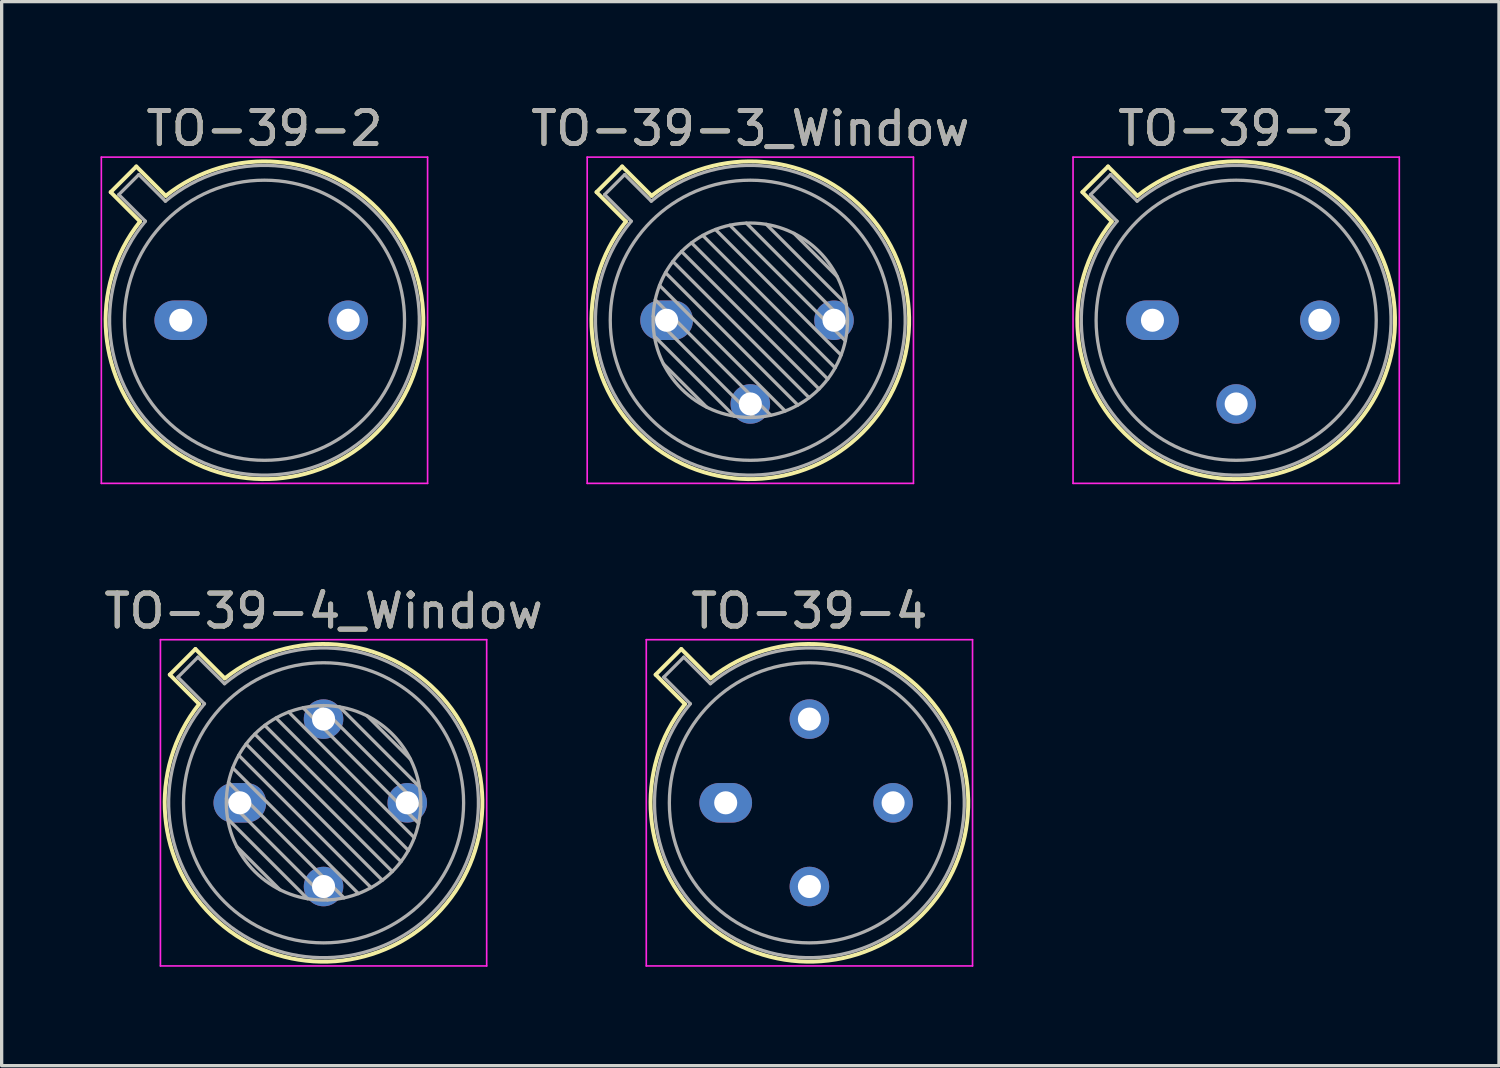
<source format=kicad_pcb>
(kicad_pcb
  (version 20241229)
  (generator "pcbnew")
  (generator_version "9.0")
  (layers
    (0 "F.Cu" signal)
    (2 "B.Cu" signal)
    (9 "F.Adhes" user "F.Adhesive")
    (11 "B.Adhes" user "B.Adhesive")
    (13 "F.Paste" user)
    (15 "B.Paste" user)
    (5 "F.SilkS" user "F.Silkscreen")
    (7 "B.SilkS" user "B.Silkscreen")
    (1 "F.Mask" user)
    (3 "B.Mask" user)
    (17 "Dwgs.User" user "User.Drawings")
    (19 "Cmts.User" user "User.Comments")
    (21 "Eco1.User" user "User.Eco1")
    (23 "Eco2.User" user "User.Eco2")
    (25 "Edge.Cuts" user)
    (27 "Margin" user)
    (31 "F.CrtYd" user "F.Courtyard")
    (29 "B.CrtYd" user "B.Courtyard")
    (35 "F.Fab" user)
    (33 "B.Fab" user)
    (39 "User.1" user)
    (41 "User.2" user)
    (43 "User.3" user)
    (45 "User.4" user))
  (footprint "TO-39-2"
    (layer "F.Cu")
    (at 2.435 6.668)
    (property "Reference" "TO-39-2" (at 2.54 -5.82 0) (layer "F.SilkS") (effects (font (size 1 1) (thickness 0.15))))
    (attr through_hole)
    (fp_line (start -2.126 -3.888) (end -1.235 -2.997) (stroke (width 0.12) (type solid)) (layer "F.SilkS"))
    (fp_line (start -1.348 -4.666) (end -2.126 -3.888) (stroke (width 0.12) (type solid)) (layer "F.SilkS"))
    (fp_line (start -0.457 -3.775) (end -1.348 -4.666) (stroke (width 0.12) (type solid)) (layer "F.SilkS"))
    (fp_arc (start -0.457084 -3.774902) (mid 5.948125 3.408384) (end -1.234674 -2.997371) (stroke (width 0.12) (type solid)) (layer "F.SilkS"))
    (fp_line (start -2.41 -4.95) (end -2.41 4.95) (stroke (width 0.05) (type solid)) (layer "F.CrtYd"))
    (fp_line (start -2.41 4.95) (end 7.49 4.95) (stroke (width 0.05) (type solid)) (layer "F.CrtYd"))
    (fp_line (start 7.49 -4.95) (end -2.41 -4.95) (stroke (width 0.05) (type solid)) (layer "F.CrtYd"))
    (fp_line (start 7.49 4.95) (end 7.49 -4.95) (stroke (width 0.05) (type solid)) (layer "F.CrtYd"))
    (fp_line (start -1.88 -3.812) (end -1.074 -3.005) (stroke (width 0.1) (type solid)) (layer "F.Fab"))
    (fp_line (start -1.272 -4.42) (end -1.88 -3.812) (stroke (width 0.1) (type solid)) (layer "F.Fab"))
    (fp_line (start -0.465 -3.614) (end -1.272 -4.42) (stroke (width 0.1) (type solid)) (layer "F.Fab"))
    (fp_arc (start -0.465408 -3.61352) (mid 5.863443 3.323361) (end -1.073594 -3.005319) (stroke (width 0.1) (type solid)) (layer "F.Fab"))
    (fp_circle (center 2.54 0) (end 6.79 0) (stroke (width 0.1) (type solid)) (fill no) (layer "F.Fab"))
    (fp_text user "${REFERENCE}" (at 2.54 -5.82 0) (layer "F.Fab") (effects (font (size 1 1) (thickness 0.15))))
    (pad "1" thru_hole oval (at 0 0) (size 1.6 1.2) (drill 0.7) (layers "*.Cu" "*.Mask"))
    (pad "2" thru_hole oval (at 5.08 0) (size 1.2 1.2) (drill 0.7) (layers "*.Cu" "*.Mask")))
  (footprint "TO-39-3"
    (layer "F.Cu")
    (at 31.921 6.668)
    (property "Reference" "TO-39-3" (at 2.54 -5.82 0) (layer "F.SilkS") (effects (font (size 1 1) (thickness 0.15))))
    (attr through_hole)
    (fp_line (start -2.126 -3.888) (end -1.235 -2.997) (stroke (width 0.12) (type solid)) (layer "F.SilkS"))
    (fp_line (start -1.348 -4.666) (end -2.126 -3.888) (stroke (width 0.12) (type solid)) (layer "F.SilkS"))
    (fp_line (start -0.457 -3.775) (end -1.348 -4.666) (stroke (width 0.12) (type solid)) (layer "F.SilkS"))
    (fp_arc (start -0.457084 -3.774902) (mid 5.948125 3.408384) (end -1.234674 -2.997371) (stroke (width 0.12) (type solid)) (layer "F.SilkS"))
    (fp_line (start -2.41 -4.95) (end -2.41 4.95) (stroke (width 0.05) (type solid)) (layer "F.CrtYd"))
    (fp_line (start -2.41 4.95) (end 7.49 4.95) (stroke (width 0.05) (type solid)) (layer "F.CrtYd"))
    (fp_line (start 7.49 -4.95) (end -2.41 -4.95) (stroke (width 0.05) (type solid)) (layer "F.CrtYd"))
    (fp_line (start 7.49 4.95) (end 7.49 -4.95) (stroke (width 0.05) (type solid)) (layer "F.CrtYd"))
    (fp_line (start -1.88 -3.812) (end -1.074 -3.005) (stroke (width 0.1) (type solid)) (layer "F.Fab"))
    (fp_line (start -1.272 -4.42) (end -1.88 -3.812) (stroke (width 0.1) (type solid)) (layer "F.Fab"))
    (fp_line (start -0.465 -3.614) (end -1.272 -4.42) (stroke (width 0.1) (type solid)) (layer "F.Fab"))
    (fp_arc (start -0.465408 -3.61352) (mid 5.863443 3.323361) (end -1.073594 -3.005319) (stroke (width 0.1) (type solid)) (layer "F.Fab"))
    (fp_circle (center 2.54 0) (end 6.79 0) (stroke (width 0.1) (type solid)) (fill no) (layer "F.Fab"))
    (fp_text user "${REFERENCE}" (at 2.54 -5.82 0) (layer "F.Fab") (effects (font (size 1 1) (thickness 0.15))))
    (pad "1" thru_hole oval (at 0 0) (size 1.6 1.2) (drill 0.7) (layers "*.Cu" "*.Mask"))
    (pad "2" thru_hole oval (at 2.54 2.54) (size 1.2 1.2) (drill 0.7) (layers "*.Cu" "*.Mask"))
    (pad "3" thru_hole oval (at 5.08 0) (size 1.2 1.2) (drill 0.7) (layers "*.Cu" "*.Mask")))
  (footprint "TO-39-4"
    (layer "F.Cu")
    (at 18.971 21.311)
    (property "Reference" "TO-39-4" (at 2.54 -5.82 0) (layer "F.SilkS") (effects (font (size 1 1) (thickness 0.15))))
    (attr through_hole)
    (fp_line (start -2.126 -3.888) (end -1.235 -2.997) (stroke (width 0.12) (type solid)) (layer "F.SilkS"))
    (fp_line (start -1.348 -4.666) (end -2.126 -3.888) (stroke (width 0.12) (type solid)) (layer "F.SilkS"))
    (fp_line (start -0.457 -3.775) (end -1.348 -4.666) (stroke (width 0.12) (type solid)) (layer "F.SilkS"))
    (fp_arc (start -0.457084 -3.774902) (mid 5.948125 3.408384) (end -1.234674 -2.997371) (stroke (width 0.12) (type solid)) (layer "F.SilkS"))
    (fp_line (start -2.41 -4.95) (end -2.41 4.95) (stroke (width 0.05) (type solid)) (layer "F.CrtYd"))
    (fp_line (start -2.41 4.95) (end 7.49 4.95) (stroke (width 0.05) (type solid)) (layer "F.CrtYd"))
    (fp_line (start 7.49 -4.95) (end -2.41 -4.95) (stroke (width 0.05) (type solid)) (layer "F.CrtYd"))
    (fp_line (start 7.49 4.95) (end 7.49 -4.95) (stroke (width 0.05) (type solid)) (layer "F.CrtYd"))
    (fp_line (start -1.88 -3.812) (end -1.074 -3.005) (stroke (width 0.1) (type solid)) (layer "F.Fab"))
    (fp_line (start -1.272 -4.42) (end -1.88 -3.812) (stroke (width 0.1) (type solid)) (layer "F.Fab"))
    (fp_line (start -0.465 -3.614) (end -1.272 -4.42) (stroke (width 0.1) (type solid)) (layer "F.Fab"))
    (fp_arc (start -0.465408 -3.61352) (mid 5.863443 3.323361) (end -1.073594 -3.005319) (stroke (width 0.1) (type solid)) (layer "F.Fab"))
    (fp_circle (center 2.54 0) (end 6.79 0) (stroke (width 0.1) (type solid)) (fill no) (layer "F.Fab"))
    (fp_text user "${REFERENCE}" (at 2.54 -5.82 0) (layer "F.Fab") (effects (font (size 1 1) (thickness 0.15))))
    (pad "1" thru_hole oval (at 0 0) (size 1.6 1.2) (drill 0.7) (layers "*.Cu" "*.Mask"))
    (pad "2" thru_hole oval (at 2.54 2.54) (size 1.2 1.2) (drill 0.7) (layers "*.Cu" "*.Mask"))
    (pad "3" thru_hole oval (at 5.08 0) (size 1.2 1.2) (drill 0.7) (layers "*.Cu" "*.Mask"))
    (pad "4" thru_hole oval (at 2.54 -2.54) (size 1.2 1.2) (drill 0.7) (layers "*.Cu" "*.Mask")))
  (footprint "TO-39-4_Window"
    (layer "F.Cu")
    (at 4.228 21.311)
    (property "Reference" "TO-39-4_Window" (at 2.54 -5.82 0) (layer "F.SilkS") (effects (font (size 1 1) (thickness 0.15))))
    (attr through_hole)
    (fp_line (start -2.126 -3.888) (end -1.235 -2.997) (stroke (width 0.12) (type solid)) (layer "F.SilkS"))
    (fp_line (start -1.348 -4.666) (end -2.126 -3.888) (stroke (width 0.12) (type solid)) (layer "F.SilkS"))
    (fp_line (start -0.457 -3.775) (end -1.348 -4.666) (stroke (width 0.12) (type solid)) (layer "F.SilkS"))
    (fp_arc (start -0.457084 -3.774902) (mid 5.948125 3.408384) (end -1.234674 -2.997371) (stroke (width 0.12) (type solid)) (layer "F.SilkS"))
    (fp_line (start -2.41 -4.95) (end -2.41 4.95) (stroke (width 0.05) (type solid)) (layer "F.CrtYd"))
    (fp_line (start -2.41 4.95) (end 7.49 4.95) (stroke (width 0.05) (type solid)) (layer "F.CrtYd"))
    (fp_line (start 7.49 -4.95) (end -2.41 -4.95) (stroke (width 0.05) (type solid)) (layer "F.CrtYd"))
    (fp_line (start 7.49 4.95) (end 7.49 -4.95) (stroke (width 0.05) (type solid)) (layer "F.CrtYd"))
    (fp_line (start -1.88 -3.812) (end -1.074 -3.005) (stroke (width 0.1) (type solid)) (layer "F.Fab"))
    (fp_line (start -1.272 -4.42) (end -1.88 -3.812) (stroke (width 0.1) (type solid)) (layer "F.Fab"))
    (fp_line (start -0.465 -3.614) (end -1.272 -4.42) (stroke (width 0.1) (type solid)) (layer "F.Fab"))
    (fp_line (start -0.408 -0.12) (end 2.66 2.948) (stroke (width 0.1) (type solid)) (layer "F.Fab"))
    (fp_line (start -0.371 0.485) (end 2.055 2.911) (stroke (width 0.1) (type solid)) (layer "F.Fab"))
    (fp_line (start -0.344 -0.622) (end 3.162 2.884) (stroke (width 0.1) (type solid)) (layer "F.Fab"))
    (fp_line (start -0.215 -1.058) (end 3.598 2.755) (stroke (width 0.1) (type solid)) (layer "F.Fab"))
    (fp_line (start -0.097 1.324) (end 1.216 2.637) (stroke (width 0.1) (type solid)) (layer "F.Fab"))
    (fp_line (start -0.034 -1.443) (end 3.983 2.574) (stroke (width 0.1) (type solid)) (layer "F.Fab"))
    (fp_line (start 0.19 -1.784) (end 4.324 2.35) (stroke (width 0.1) (type solid)) (layer "F.Fab"))
    (fp_line (start 0.454 -2.086) (end 4.626 2.086) (stroke (width 0.1) (type solid)) (layer "F.Fab"))
    (fp_line (start 0.756 -2.35) (end 4.89 1.784) (stroke (width 0.1) (type solid)) (layer "F.Fab"))
    (fp_line (start 1.097 -2.574) (end 5.114 1.443) (stroke (width 0.1) (type solid)) (layer "F.Fab"))
    (fp_line (start 1.482 -2.755) (end 5.295 1.058) (stroke (width 0.1) (type solid)) (layer "F.Fab"))
    (fp_line (start 1.918 -2.884) (end 5.424 0.622) (stroke (width 0.1) (type solid)) (layer "F.Fab"))
    (fp_line (start 2.42 -2.948) (end 5.488 0.12) (stroke (width 0.1) (type solid)) (layer "F.Fab"))
    (fp_line (start 3.025 -2.911) (end 5.451 -0.485) (stroke (width 0.1) (type solid)) (layer "F.Fab"))
    (fp_line (start 3.864 -2.637) (end 5.177 -1.324) (stroke (width 0.1) (type solid)) (layer "F.Fab"))
    (fp_arc (start -0.465408 -3.61352) (mid 5.863443 3.323361) (end -1.073594 -3.005319) (stroke (width 0.1) (type solid)) (layer "F.Fab"))
    (fp_circle (center 2.54 0) (end 5.49 0) (stroke (width 0.1) (type solid)) (fill no) (layer "F.Fab"))
    (fp_circle (center 2.54 0) (end 6.79 0) (stroke (width 0.1) (type solid)) (fill no) (layer "F.Fab"))
    (fp_text user "${REFERENCE}" (at 2.54 -5.82 0) (layer "F.Fab") (effects (font (size 1 1) (thickness 0.15))))
    (pad "1" thru_hole oval (at 0 0) (size 1.6 1.2) (drill 0.7) (layers "*.Cu" "*.Mask"))
    (pad "2" thru_hole oval (at 2.54 2.54) (size 1.2 1.2) (drill 0.7) (layers "*.Cu" "*.Mask"))
    (pad "3" thru_hole oval (at 5.08 0) (size 1.2 1.2) (drill 0.7) (layers "*.Cu" "*.Mask"))
    (pad "4" thru_hole oval (at 2.54 -2.54) (size 1.2 1.2) (drill 0.7) (layers "*.Cu" "*.Mask")))
  (footprint "TO-39-3_Window"
    (layer "F.Cu")
    (at 17.178 6.668)
    (property "Reference" "TO-39-3_Window" (at 2.54 -5.82 0) (layer "F.SilkS") (effects (font (size 1 1) (thickness 0.15))))
    (attr through_hole)
    (fp_line (start -2.126 -3.888) (end -1.235 -2.997) (stroke (width 0.12) (type solid)) (layer "F.SilkS"))
    (fp_line (start -1.348 -4.666) (end -2.126 -3.888) (stroke (width 0.12) (type solid)) (layer "F.SilkS"))
    (fp_line (start -0.457 -3.775) (end -1.348 -4.666) (stroke (width 0.12) (type solid)) (layer "F.SilkS"))
    (fp_arc (start -0.457084 -3.774902) (mid 5.948125 3.408384) (end -1.234674 -2.997371) (stroke (width 0.12) (type solid)) (layer "F.SilkS"))
    (fp_line (start -2.41 -4.95) (end -2.41 4.95) (stroke (width 0.05) (type solid)) (layer "F.CrtYd"))
    (fp_line (start -2.41 4.95) (end 7.49 4.95) (stroke (width 0.05) (type solid)) (layer "F.CrtYd"))
    (fp_line (start 7.49 -4.95) (end -2.41 -4.95) (stroke (width 0.05) (type solid)) (layer "F.CrtYd"))
    (fp_line (start 7.49 4.95) (end 7.49 -4.95) (stroke (width 0.05) (type solid)) (layer "F.CrtYd"))
    (fp_line (start -1.88 -3.812) (end -1.074 -3.005) (stroke (width 0.1) (type solid)) (layer "F.Fab"))
    (fp_line (start -1.272 -4.42) (end -1.88 -3.812) (stroke (width 0.1) (type solid)) (layer "F.Fab"))
    (fp_line (start -0.465 -3.614) (end -1.272 -4.42) (stroke (width 0.1) (type solid)) (layer "F.Fab"))
    (fp_line (start -0.408 -0.12) (end 2.66 2.948) (stroke (width 0.1) (type solid)) (layer "F.Fab"))
    (fp_line (start -0.371 0.485) (end 2.055 2.911) (stroke (width 0.1) (type solid)) (layer "F.Fab"))
    (fp_line (start -0.344 -0.622) (end 3.162 2.884) (stroke (width 0.1) (type solid)) (layer "F.Fab"))
    (fp_line (start -0.215 -1.058) (end 3.598 2.755) (stroke (width 0.1) (type solid)) (layer "F.Fab"))
    (fp_line (start -0.097 1.324) (end 1.216 2.637) (stroke (width 0.1) (type solid)) (layer "F.Fab"))
    (fp_line (start -0.034 -1.443) (end 3.983 2.574) (stroke (width 0.1) (type solid)) (layer "F.Fab"))
    (fp_line (start 0.19 -1.784) (end 4.324 2.35) (stroke (width 0.1) (type solid)) (layer "F.Fab"))
    (fp_line (start 0.454 -2.086) (end 4.626 2.086) (stroke (width 0.1) (type solid)) (layer "F.Fab"))
    (fp_line (start 0.756 -2.35) (end 4.89 1.784) (stroke (width 0.1) (type solid)) (layer "F.Fab"))
    (fp_line (start 1.097 -2.574) (end 5.114 1.443) (stroke (width 0.1) (type solid)) (layer "F.Fab"))
    (fp_line (start 1.482 -2.755) (end 5.295 1.058) (stroke (width 0.1) (type solid)) (layer "F.Fab"))
    (fp_line (start 1.918 -2.884) (end 5.424 0.622) (stroke (width 0.1) (type solid)) (layer "F.Fab"))
    (fp_line (start 2.42 -2.948) (end 5.488 0.12) (stroke (width 0.1) (type solid)) (layer "F.Fab"))
    (fp_line (start 3.025 -2.911) (end 5.451 -0.485) (stroke (width 0.1) (type solid)) (layer "F.Fab"))
    (fp_line (start 3.864 -2.637) (end 5.177 -1.324) (stroke (width 0.1) (type solid)) (layer "F.Fab"))
    (fp_arc (start -0.465408 -3.61352) (mid 5.863443 3.323361) (end -1.073594 -3.005319) (stroke (width 0.1) (type solid)) (layer "F.Fab"))
    (fp_circle (center 2.54 0) (end 5.49 0) (stroke (width 0.1) (type solid)) (fill no) (layer "F.Fab"))
    (fp_circle (center 2.54 0) (end 6.79 0) (stroke (width 0.1) (type solid)) (fill no) (layer "F.Fab"))
    (fp_text user "${REFERENCE}" (at 2.54 -5.82 0) (layer "F.Fab") (effects (font (size 1 1) (thickness 0.15))))
    (pad "1" thru_hole oval (at 0 0) (size 1.6 1.2) (drill 0.7) (layers "*.Cu" "*.Mask"))
    (pad "2" thru_hole oval (at 2.54 2.54) (size 1.2 1.2) (drill 0.7) (layers "*.Cu" "*.Mask"))
    (pad "3" thru_hole oval (at 5.08 0) (size 1.2 1.2) (drill 0.7) (layers "*.Cu" "*.Mask")))
  (gr_rect
    (start -3 -3)
    (end 42.436 29.287)
    (stroke (width 0.1) (type default))
    (fill no)
    (layer "Edge.Cuts")))
</source>
